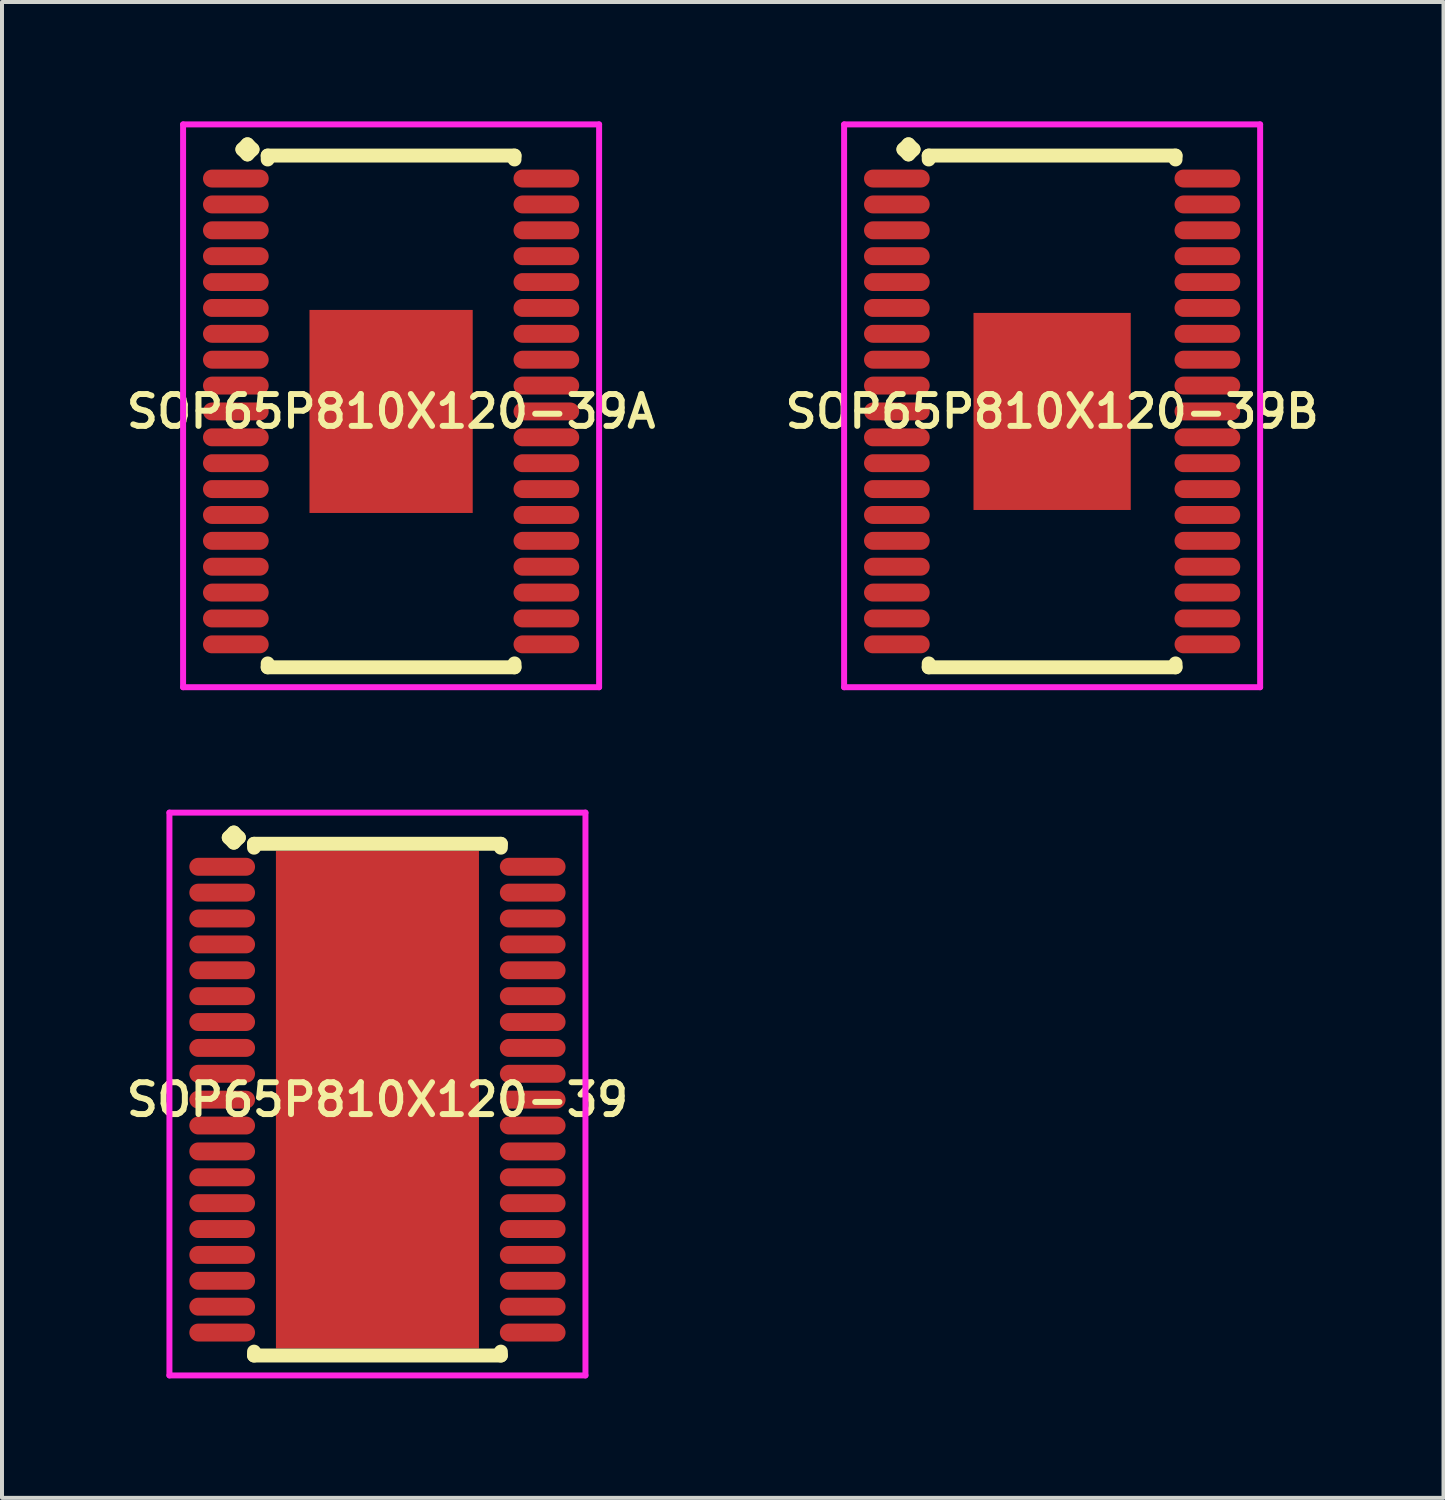
<source format=kicad_pcb>
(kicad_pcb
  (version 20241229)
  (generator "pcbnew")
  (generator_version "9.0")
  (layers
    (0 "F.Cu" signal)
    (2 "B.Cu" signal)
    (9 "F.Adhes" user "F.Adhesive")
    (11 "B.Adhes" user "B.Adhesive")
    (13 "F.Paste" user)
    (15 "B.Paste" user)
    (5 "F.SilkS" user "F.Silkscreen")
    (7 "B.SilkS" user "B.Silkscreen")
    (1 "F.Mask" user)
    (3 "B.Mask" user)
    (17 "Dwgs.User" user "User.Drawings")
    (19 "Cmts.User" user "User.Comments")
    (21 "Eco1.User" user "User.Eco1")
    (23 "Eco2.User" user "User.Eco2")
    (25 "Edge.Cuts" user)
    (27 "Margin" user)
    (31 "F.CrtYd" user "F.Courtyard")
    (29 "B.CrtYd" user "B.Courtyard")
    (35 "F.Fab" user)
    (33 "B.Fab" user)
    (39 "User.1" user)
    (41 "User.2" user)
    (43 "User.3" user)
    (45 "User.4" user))
  (footprint "SOP65P810X120-39B"
    (layer "F.Cu")
    (at 23.378 7.285)
    (property "Reference" "SOP65P810X120-39B" (at 0 0 0) (layer "F.SilkS") (effects (font (size 0.8 0.8) (thickness 0.15))))
    (attr smd)
    (fp_line (start -3.735 -6.583) (end -3.608 -6.71) (stroke (width 0.35) (type solid)) (layer "F.SilkS"))
    (fp_line (start -3.608 -6.71) (end -3.481 -6.583) (stroke (width 0.35) (type solid)) (layer "F.SilkS"))
    (fp_line (start -3.608 -6.456) (end -3.735 -6.583) (stroke (width 0.35) (type solid)) (layer "F.SilkS"))
    (fp_line (start -3.481 -6.583) (end -3.608 -6.456) (stroke (width 0.35) (type solid)) (layer "F.SilkS"))
    (fp_line (start -3.1 -6.427) (end 3.1 -6.427) (stroke (width 0.35) (type solid)) (layer "F.SilkS"))
    (fp_line (start -3.1 -6.329) (end -3.1 -6.427) (stroke (width 0.35) (type solid)) (layer "F.SilkS"))
    (fp_line (start -3.1 6.329) (end -3.1 6.427) (stroke (width 0.35) (type solid)) (layer "F.SilkS"))
    (fp_line (start -3.1 6.427) (end 3.1 6.427) (stroke (width 0.35) (type solid)) (layer "F.SilkS"))
    (fp_line (start 3.1 -6.427) (end 3.1 -6.329) (stroke (width 0.35) (type solid)) (layer "F.SilkS"))
    (fp_line (start 3.1 6.427) (end 3.1 6.329) (stroke (width 0.35) (type solid)) (layer "F.SilkS"))
    (fp_line (start -5.225 -7.21) (end 5.225 -7.21) (stroke (width 0.15) (type solid)) (layer "F.CrtYd"))
    (fp_line (start -5.225 6.927) (end -5.225 -7.21) (stroke (width 0.15) (type solid)) (layer "F.CrtYd"))
    (fp_line (start 5.225 -7.21) (end 5.225 6.927) (stroke (width 0.15) (type solid)) (layer "F.CrtYd"))
    (fp_line (start 5.225 6.927) (end -5.225 6.927) (stroke (width 0.15) (type solid)) (layer "F.CrtYd"))
    (pad "1" smd oval (at -3.9 -5.85) (size 1.65 0.45) (layers "F.Cu" "F.Mask" "F.Paste"))
    (pad "2" smd oval (at -3.9 -5.2) (size 1.65 0.45) (layers "F.Cu" "F.Mask" "F.Paste"))
    (pad "3" smd oval (at -3.9 -4.55) (size 1.65 0.45) (layers "F.Cu" "F.Mask" "F.Paste"))
    (pad "4" smd oval (at -3.9 -3.9) (size 1.65 0.45) (layers "F.Cu" "F.Mask" "F.Paste"))
    (pad "5" smd oval (at -3.9 -3.25) (size 1.65 0.45) (layers "F.Cu" "F.Mask" "F.Paste"))
    (pad "6" smd oval (at -3.9 -2.6) (size 1.65 0.45) (layers "F.Cu" "F.Mask" "F.Paste"))
    (pad "7" smd oval (at -3.9 -1.95) (size 1.65 0.45) (layers "F.Cu" "F.Mask" "F.Paste"))
    (pad "8" smd oval (at -3.9 -1.3) (size 1.65 0.45) (layers "F.Cu" "F.Mask" "F.Paste"))
    (pad "9" smd oval (at -3.9 -0.65) (size 1.65 0.45) (layers "F.Cu" "F.Mask" "F.Paste"))
    (pad "10" smd oval (at -3.9 0) (size 1.65 0.45) (layers "F.Cu" "F.Mask" "F.Paste"))
    (pad "11" smd oval (at -3.9 0.65) (size 1.65 0.45) (layers "F.Cu" "F.Mask" "F.Paste"))
    (pad "12" smd oval (at -3.9 1.3) (size 1.65 0.45) (layers "F.Cu" "F.Mask" "F.Paste"))
    (pad "13" smd oval (at -3.9 1.95) (size 1.65 0.45) (layers "F.Cu" "F.Mask" "F.Paste"))
    (pad "14" smd oval (at -3.9 2.6) (size 1.65 0.45) (layers "F.Cu" "F.Mask" "F.Paste"))
    (pad "15" smd oval (at -3.9 3.25) (size 1.65 0.45) (layers "F.Cu" "F.Mask" "F.Paste"))
    (pad "16" smd oval (at -3.9 3.9) (size 1.65 0.45) (layers "F.Cu" "F.Mask" "F.Paste"))
    (pad "17" smd oval (at -3.9 4.55) (size 1.65 0.45) (layers "F.Cu" "F.Mask" "F.Paste"))
    (pad "18" smd oval (at -3.9 5.2) (size 1.65 0.45) (layers "F.Cu" "F.Mask" "F.Paste"))
    (pad "19" smd oval (at -3.9 5.85) (size 1.65 0.45) (layers "F.Cu" "F.Mask" "F.Paste"))
    (pad "20" smd oval (at 3.9 5.85) (size 1.65 0.45) (layers "F.Cu" "F.Mask" "F.Paste"))
    (pad "21" smd oval (at 3.9 5.2) (size 1.65 0.45) (layers "F.Cu" "F.Mask" "F.Paste"))
    (pad "22" smd oval (at 3.9 4.55) (size 1.65 0.45) (layers "F.Cu" "F.Mask" "F.Paste"))
    (pad "23" smd oval (at 3.9 3.9) (size 1.65 0.45) (layers "F.Cu" "F.Mask" "F.Paste"))
    (pad "24" smd oval (at 3.9 3.25) (size 1.65 0.45) (layers "F.Cu" "F.Mask" "F.Paste"))
    (pad "25" smd oval (at 3.9 2.6) (size 1.65 0.45) (layers "F.Cu" "F.Mask" "F.Paste"))
    (pad "26" smd oval (at 3.9 1.95) (size 1.65 0.45) (layers "F.Cu" "F.Mask" "F.Paste"))
    (pad "27" smd oval (at 3.9 1.3) (size 1.65 0.45) (layers "F.Cu" "F.Mask" "F.Paste"))
    (pad "28" smd oval (at 3.9 0.65) (size 1.65 0.45) (layers "F.Cu" "F.Mask" "F.Paste"))
    (pad "29" smd oval (at 3.9 0) (size 1.65 0.45) (layers "F.Cu" "F.Mask" "F.Paste"))
    (pad "30" smd oval (at 3.9 -0.65) (size 1.65 0.45) (layers "F.Cu" "F.Mask" "F.Paste"))
    (pad "31" smd oval (at 3.9 -1.3) (size 1.65 0.45) (layers "F.Cu" "F.Mask" "F.Paste"))
    (pad "32" smd oval (at 3.9 -1.95) (size 1.65 0.45) (layers "F.Cu" "F.Mask" "F.Paste"))
    (pad "33" smd oval (at 3.9 -2.6) (size 1.65 0.45) (layers "F.Cu" "F.Mask" "F.Paste"))
    (pad "34" smd oval (at 3.9 -3.25) (size 1.65 0.45) (layers "F.Cu" "F.Mask" "F.Paste"))
    (pad "35" smd oval (at 3.9 -3.9) (size 1.65 0.45) (layers "F.Cu" "F.Mask" "F.Paste"))
    (pad "36" smd oval (at 3.9 -4.55) (size 1.65 0.45) (layers "F.Cu" "F.Mask" "F.Paste"))
    (pad "37" smd oval (at 3.9 -5.2) (size 1.65 0.45) (layers "F.Cu" "F.Mask" "F.Paste"))
    (pad "38" smd oval (at 3.9 -5.85) (size 1.65 0.45) (layers "F.Cu" "F.Mask" "F.Paste"))
    (pad "39" smd rect (at 0 0) (size 3.95 4.95) (layers "F.Cu" "F.Mask" "F.Paste")))
  (footprint "SOP65P810X120-39"
    (layer "F.Cu")
    (at 6.431 24.572)
    (property "Reference" "SOP65P810X120-39" (at 0 0 0) (layer "F.SilkS") (effects (font (size 0.8 0.8) (thickness 0.15))))
    (attr smd)
    (fp_line (start -3.735 -6.583) (end -3.608 -6.71) (stroke (width 0.35) (type solid)) (layer "F.SilkS"))
    (fp_line (start -3.608 -6.71) (end -3.481 -6.583) (stroke (width 0.35) (type solid)) (layer "F.SilkS"))
    (fp_line (start -3.608 -6.456) (end -3.735 -6.583) (stroke (width 0.35) (type solid)) (layer "F.SilkS"))
    (fp_line (start -3.481 -6.583) (end -3.608 -6.456) (stroke (width 0.35) (type solid)) (layer "F.SilkS"))
    (fp_line (start -3.1 -6.427) (end 3.1 -6.427) (stroke (width 0.35) (type solid)) (layer "F.SilkS"))
    (fp_line (start -3.1 -6.329) (end -3.1 -6.427) (stroke (width 0.35) (type solid)) (layer "F.SilkS"))
    (fp_line (start -3.1 6.329) (end -3.1 6.427) (stroke (width 0.35) (type solid)) (layer "F.SilkS"))
    (fp_line (start -3.1 6.427) (end 3.1 6.427) (stroke (width 0.35) (type solid)) (layer "F.SilkS"))
    (fp_line (start 3.1 -6.427) (end 3.1 -6.329) (stroke (width 0.35) (type solid)) (layer "F.SilkS"))
    (fp_line (start 3.1 6.427) (end 3.1 6.329) (stroke (width 0.35) (type solid)) (layer "F.SilkS"))
    (fp_line (start -5.225 -7.21) (end 5.225 -7.21) (stroke (width 0.15) (type solid)) (layer "F.CrtYd"))
    (fp_line (start -5.225 6.927) (end -5.225 -7.21) (stroke (width 0.15) (type solid)) (layer "F.CrtYd"))
    (fp_line (start 5.225 -7.21) (end 5.225 6.927) (stroke (width 0.15) (type solid)) (layer "F.CrtYd"))
    (fp_line (start 5.225 6.927) (end -5.225 6.927) (stroke (width 0.15) (type solid)) (layer "F.CrtYd"))
    (pad "1" smd oval (at -3.9 -5.85) (size 1.65 0.45) (layers "F.Cu" "F.Mask" "F.Paste"))
    (pad "2" smd oval (at -3.9 -5.2) (size 1.65 0.45) (layers "F.Cu" "F.Mask" "F.Paste"))
    (pad "3" smd oval (at -3.9 -4.55) (size 1.65 0.45) (layers "F.Cu" "F.Mask" "F.Paste"))
    (pad "4" smd oval (at -3.9 -3.9) (size 1.65 0.45) (layers "F.Cu" "F.Mask" "F.Paste"))
    (pad "5" smd oval (at -3.9 -3.25) (size 1.65 0.45) (layers "F.Cu" "F.Mask" "F.Paste"))
    (pad "6" smd oval (at -3.9 -2.6) (size 1.65 0.45) (layers "F.Cu" "F.Mask" "F.Paste"))
    (pad "7" smd oval (at -3.9 -1.95) (size 1.65 0.45) (layers "F.Cu" "F.Mask" "F.Paste"))
    (pad "8" smd oval (at -3.9 -1.3) (size 1.65 0.45) (layers "F.Cu" "F.Mask" "F.Paste"))
    (pad "9" smd oval (at -3.9 -0.65) (size 1.65 0.45) (layers "F.Cu" "F.Mask" "F.Paste"))
    (pad "10" smd oval (at -3.9 0) (size 1.65 0.45) (layers "F.Cu" "F.Mask" "F.Paste"))
    (pad "11" smd oval (at -3.9 0.65) (size 1.65 0.45) (layers "F.Cu" "F.Mask" "F.Paste"))
    (pad "12" smd oval (at -3.9 1.3) (size 1.65 0.45) (layers "F.Cu" "F.Mask" "F.Paste"))
    (pad "13" smd oval (at -3.9 1.95) (size 1.65 0.45) (layers "F.Cu" "F.Mask" "F.Paste"))
    (pad "14" smd oval (at -3.9 2.6) (size 1.65 0.45) (layers "F.Cu" "F.Mask" "F.Paste"))
    (pad "15" smd oval (at -3.9 3.25) (size 1.65 0.45) (layers "F.Cu" "F.Mask" "F.Paste"))
    (pad "16" smd oval (at -3.9 3.9) (size 1.65 0.45) (layers "F.Cu" "F.Mask" "F.Paste"))
    (pad "17" smd oval (at -3.9 4.55) (size 1.65 0.45) (layers "F.Cu" "F.Mask" "F.Paste"))
    (pad "18" smd oval (at -3.9 5.2) (size 1.65 0.45) (layers "F.Cu" "F.Mask" "F.Paste"))
    (pad "19" smd oval (at -3.9 5.85) (size 1.65 0.45) (layers "F.Cu" "F.Mask" "F.Paste"))
    (pad "20" smd oval (at 3.9 5.85) (size 1.65 0.45) (layers "F.Cu" "F.Mask" "F.Paste"))
    (pad "21" smd oval (at 3.9 5.2) (size 1.65 0.45) (layers "F.Cu" "F.Mask" "F.Paste"))
    (pad "22" smd oval (at 3.9 4.55) (size 1.65 0.45) (layers "F.Cu" "F.Mask" "F.Paste"))
    (pad "23" smd oval (at 3.9 3.9) (size 1.65 0.45) (layers "F.Cu" "F.Mask" "F.Paste"))
    (pad "24" smd oval (at 3.9 3.25) (size 1.65 0.45) (layers "F.Cu" "F.Mask" "F.Paste"))
    (pad "25" smd oval (at 3.9 2.6) (size 1.65 0.45) (layers "F.Cu" "F.Mask" "F.Paste"))
    (pad "26" smd oval (at 3.9 1.95) (size 1.65 0.45) (layers "F.Cu" "F.Mask" "F.Paste"))
    (pad "27" smd oval (at 3.9 1.3) (size 1.65 0.45) (layers "F.Cu" "F.Mask" "F.Paste"))
    (pad "28" smd oval (at 3.9 0.65) (size 1.65 0.45) (layers "F.Cu" "F.Mask" "F.Paste"))
    (pad "29" smd oval (at 3.9 0) (size 1.65 0.45) (layers "F.Cu" "F.Mask" "F.Paste"))
    (pad "30" smd oval (at 3.9 -0.65) (size 1.65 0.45) (layers "F.Cu" "F.Mask" "F.Paste"))
    (pad "31" smd oval (at 3.9 -1.3) (size 1.65 0.45) (layers "F.Cu" "F.Mask" "F.Paste"))
    (pad "32" smd oval (at 3.9 -1.95) (size 1.65 0.45) (layers "F.Cu" "F.Mask" "F.Paste"))
    (pad "33" smd oval (at 3.9 -2.6) (size 1.65 0.45) (layers "F.Cu" "F.Mask" "F.Paste"))
    (pad "34" smd oval (at 3.9 -3.25) (size 1.65 0.45) (layers "F.Cu" "F.Mask" "F.Paste"))
    (pad "35" smd oval (at 3.9 -3.9) (size 1.65 0.45) (layers "F.Cu" "F.Mask" "F.Paste"))
    (pad "36" smd oval (at 3.9 -4.55) (size 1.65 0.45) (layers "F.Cu" "F.Mask" "F.Paste"))
    (pad "37" smd oval (at 3.9 -5.2) (size 1.65 0.45) (layers "F.Cu" "F.Mask" "F.Paste"))
    (pad "38" smd oval (at 3.9 -5.85) (size 1.65 0.45) (layers "F.Cu" "F.Mask" "F.Paste"))
    (pad "39" smd rect (at 0 0) (size 5.1 12.5) (layers "F.Cu" "F.Mask" "F.Paste")))
  (footprint "SOP65P810X120-39A"
    (layer "F.Cu")
    (at 6.774 7.285)
    (property "Reference" "SOP65P810X120-39A" (at 0 0 0) (layer "F.SilkS") (effects (font (size 0.8 0.8) (thickness 0.15))))
    (attr smd)
    (fp_line (start -3.735 -6.583) (end -3.608 -6.71) (stroke (width 0.35) (type solid)) (layer "F.SilkS"))
    (fp_line (start -3.608 -6.71) (end -3.481 -6.583) (stroke (width 0.35) (type solid)) (layer "F.SilkS"))
    (fp_line (start -3.608 -6.456) (end -3.735 -6.583) (stroke (width 0.35) (type solid)) (layer "F.SilkS"))
    (fp_line (start -3.481 -6.583) (end -3.608 -6.456) (stroke (width 0.35) (type solid)) (layer "F.SilkS"))
    (fp_line (start -3.1 -6.427) (end 3.1 -6.427) (stroke (width 0.35) (type solid)) (layer "F.SilkS"))
    (fp_line (start -3.1 -6.329) (end -3.1 -6.427) (stroke (width 0.35) (type solid)) (layer "F.SilkS"))
    (fp_line (start -3.1 6.329) (end -3.1 6.427) (stroke (width 0.35) (type solid)) (layer "F.SilkS"))
    (fp_line (start -3.1 6.427) (end 3.1 6.427) (stroke (width 0.35) (type solid)) (layer "F.SilkS"))
    (fp_line (start 3.1 -6.427) (end 3.1 -6.329) (stroke (width 0.35) (type solid)) (layer "F.SilkS"))
    (fp_line (start 3.1 6.427) (end 3.1 6.329) (stroke (width 0.35) (type solid)) (layer "F.SilkS"))
    (fp_line (start -5.225 -7.21) (end 5.225 -7.21) (stroke (width 0.15) (type solid)) (layer "F.CrtYd"))
    (fp_line (start -5.225 6.927) (end -5.225 -7.21) (stroke (width 0.15) (type solid)) (layer "F.CrtYd"))
    (fp_line (start 5.225 -7.21) (end 5.225 6.927) (stroke (width 0.15) (type solid)) (layer "F.CrtYd"))
    (fp_line (start 5.225 6.927) (end -5.225 6.927) (stroke (width 0.15) (type solid)) (layer "F.CrtYd"))
    (pad "1" smd oval (at -3.9 -5.85) (size 1.65 0.45) (layers "F.Cu" "F.Mask" "F.Paste"))
    (pad "2" smd oval (at -3.9 -5.2) (size 1.65 0.45) (layers "F.Cu" "F.Mask" "F.Paste"))
    (pad "3" smd oval (at -3.9 -4.55) (size 1.65 0.45) (layers "F.Cu" "F.Mask" "F.Paste"))
    (pad "4" smd oval (at -3.9 -3.9) (size 1.65 0.45) (layers "F.Cu" "F.Mask" "F.Paste"))
    (pad "5" smd oval (at -3.9 -3.25) (size 1.65 0.45) (layers "F.Cu" "F.Mask" "F.Paste"))
    (pad "6" smd oval (at -3.9 -2.6) (size 1.65 0.45) (layers "F.Cu" "F.Mask" "F.Paste"))
    (pad "7" smd oval (at -3.9 -1.95) (size 1.65 0.45) (layers "F.Cu" "F.Mask" "F.Paste"))
    (pad "8" smd oval (at -3.9 -1.3) (size 1.65 0.45) (layers "F.Cu" "F.Mask" "F.Paste"))
    (pad "9" smd oval (at -3.9 -0.65) (size 1.65 0.45) (layers "F.Cu" "F.Mask" "F.Paste"))
    (pad "10" smd oval (at -3.9 0) (size 1.65 0.45) (layers "F.Cu" "F.Mask" "F.Paste"))
    (pad "11" smd oval (at -3.9 0.65) (size 1.65 0.45) (layers "F.Cu" "F.Mask" "F.Paste"))
    (pad "12" smd oval (at -3.9 1.3) (size 1.65 0.45) (layers "F.Cu" "F.Mask" "F.Paste"))
    (pad "13" smd oval (at -3.9 1.95) (size 1.65 0.45) (layers "F.Cu" "F.Mask" "F.Paste"))
    (pad "14" smd oval (at -3.9 2.6) (size 1.65 0.45) (layers "F.Cu" "F.Mask" "F.Paste"))
    (pad "15" smd oval (at -3.9 3.25) (size 1.65 0.45) (layers "F.Cu" "F.Mask" "F.Paste"))
    (pad "16" smd oval (at -3.9 3.9) (size 1.65 0.45) (layers "F.Cu" "F.Mask" "F.Paste"))
    (pad "17" smd oval (at -3.9 4.55) (size 1.65 0.45) (layers "F.Cu" "F.Mask" "F.Paste"))
    (pad "18" smd oval (at -3.9 5.2) (size 1.65 0.45) (layers "F.Cu" "F.Mask" "F.Paste"))
    (pad "19" smd oval (at -3.9 5.85) (size 1.65 0.45) (layers "F.Cu" "F.Mask" "F.Paste"))
    (pad "20" smd oval (at 3.9 5.85) (size 1.65 0.45) (layers "F.Cu" "F.Mask" "F.Paste"))
    (pad "21" smd oval (at 3.9 5.2) (size 1.65 0.45) (layers "F.Cu" "F.Mask" "F.Paste"))
    (pad "22" smd oval (at 3.9 4.55) (size 1.65 0.45) (layers "F.Cu" "F.Mask" "F.Paste"))
    (pad "23" smd oval (at 3.9 3.9) (size 1.65 0.45) (layers "F.Cu" "F.Mask" "F.Paste"))
    (pad "24" smd oval (at 3.9 3.25) (size 1.65 0.45) (layers "F.Cu" "F.Mask" "F.Paste"))
    (pad "25" smd oval (at 3.9 2.6) (size 1.65 0.45) (layers "F.Cu" "F.Mask" "F.Paste"))
    (pad "26" smd oval (at 3.9 1.95) (size 1.65 0.45) (layers "F.Cu" "F.Mask" "F.Paste"))
    (pad "27" smd oval (at 3.9 1.3) (size 1.65 0.45) (layers "F.Cu" "F.Mask" "F.Paste"))
    (pad "28" smd oval (at 3.9 0.65) (size 1.65 0.45) (layers "F.Cu" "F.Mask" "F.Paste"))
    (pad "29" smd oval (at 3.9 0) (size 1.65 0.45) (layers "F.Cu" "F.Mask" "F.Paste"))
    (pad "30" smd oval (at 3.9 -0.65) (size 1.65 0.45) (layers "F.Cu" "F.Mask" "F.Paste"))
    (pad "31" smd oval (at 3.9 -1.3) (size 1.65 0.45) (layers "F.Cu" "F.Mask" "F.Paste"))
    (pad "32" smd oval (at 3.9 -1.95) (size 1.65 0.45) (layers "F.Cu" "F.Mask" "F.Paste"))
    (pad "33" smd oval (at 3.9 -2.6) (size 1.65 0.45) (layers "F.Cu" "F.Mask" "F.Paste"))
    (pad "34" smd oval (at 3.9 -3.25) (size 1.65 0.45) (layers "F.Cu" "F.Mask" "F.Paste"))
    (pad "35" smd oval (at 3.9 -3.9) (size 1.65 0.45) (layers "F.Cu" "F.Mask" "F.Paste"))
    (pad "36" smd oval (at 3.9 -4.55) (size 1.65 0.45) (layers "F.Cu" "F.Mask" "F.Paste"))
    (pad "37" smd oval (at 3.9 -5.2) (size 1.65 0.45) (layers "F.Cu" "F.Mask" "F.Paste"))
    (pad "38" smd oval (at 3.9 -5.85) (size 1.65 0.45) (layers "F.Cu" "F.Mask" "F.Paste"))
    (pad "39" smd rect (at 0 0) (size 4.1 5.1) (layers "F.Cu" "F.Mask" "F.Paste")))
  (gr_rect
    (start -3 -3)
    (end 33.209 34.574)
    (stroke (width 0.1) (type default))
    (fill no)
    (layer "Edge.Cuts")))
</source>
